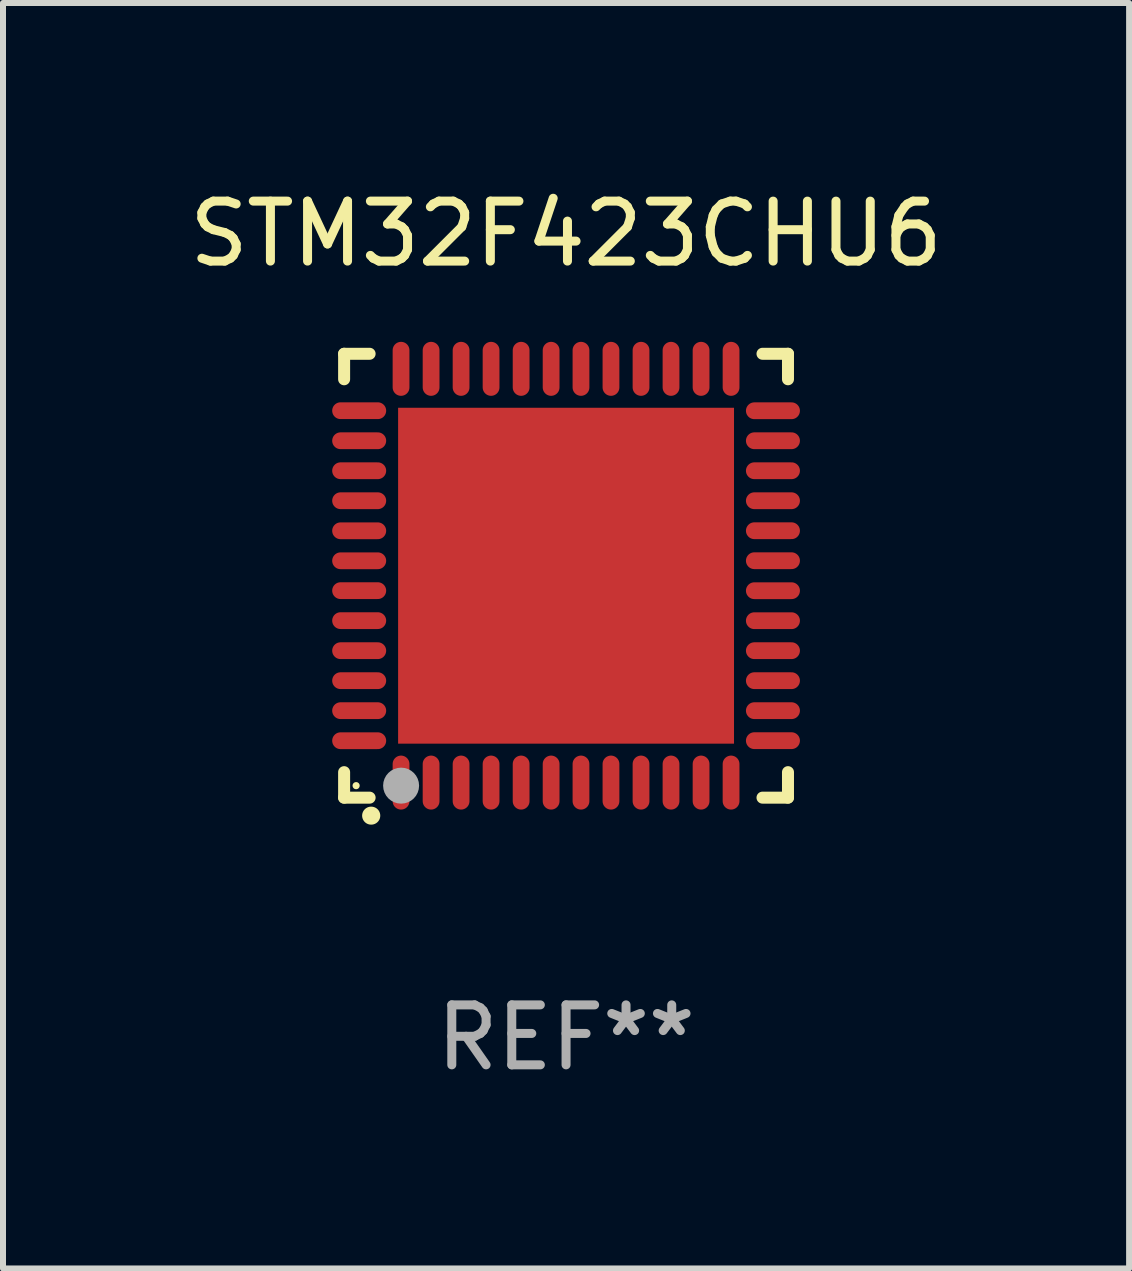
<source format=kicad_pcb>
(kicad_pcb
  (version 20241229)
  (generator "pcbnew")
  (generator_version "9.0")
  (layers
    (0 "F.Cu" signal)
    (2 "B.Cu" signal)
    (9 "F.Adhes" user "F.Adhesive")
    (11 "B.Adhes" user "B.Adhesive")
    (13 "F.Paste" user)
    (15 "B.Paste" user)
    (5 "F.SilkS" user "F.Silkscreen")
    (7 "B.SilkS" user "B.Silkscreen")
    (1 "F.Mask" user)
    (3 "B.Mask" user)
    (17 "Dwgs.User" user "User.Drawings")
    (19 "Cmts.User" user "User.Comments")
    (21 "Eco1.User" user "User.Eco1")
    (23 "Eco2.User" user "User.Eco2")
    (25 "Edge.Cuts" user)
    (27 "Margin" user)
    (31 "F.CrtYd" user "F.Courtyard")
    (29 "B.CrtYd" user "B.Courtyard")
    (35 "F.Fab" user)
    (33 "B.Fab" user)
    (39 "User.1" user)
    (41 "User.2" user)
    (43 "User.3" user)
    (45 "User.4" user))
  (footprint "STM32F423CHU6"
    (layer "F.Cu")
    (at 6.387 6.548)
    (property "Reference" "STM32F423CHU6" (at 0 -5.7 0) (layer "F.SilkS") (effects (font (size 1 1) (thickness 0.15))))
    (attr through_hole)
    (fp_line (start -3.7 -3.7) (end -3.275 -3.7) (stroke (width 0.2) (type solid)) (layer "F.SilkS"))
    (fp_line (start -3.7 -3.275) (end -3.7 -3.7) (stroke (width 0.2) (type solid)) (layer "F.SilkS"))
    (fp_line (start -3.7 3.7) (end -3.7 3.275) (stroke (width 0.2) (type solid)) (layer "F.SilkS"))
    (fp_line (start -3.275 3.7) (end -3.7 3.7) (stroke (width 0.2) (type solid)) (layer "F.SilkS"))
    (fp_line (start 3.7 -3.7) (end 3.275 -3.7) (stroke (width 0.2) (type solid)) (layer "F.SilkS"))
    (fp_line (start 3.7 -3.275) (end 3.7 -3.7) (stroke (width 0.2) (type solid)) (layer "F.SilkS"))
    (fp_line (start 3.7 3.275) (end 3.7 3.7) (stroke (width 0.2) (type solid)) (layer "F.SilkS"))
    (fp_line (start 3.7 3.7) (end 3.275 3.7) (stroke (width 0.2) (type solid)) (layer "F.SilkS"))
    (fp_arc (start -3.249936 3.999975) (mid -3.248666 3.99997) (end -3.247396 3.999975) (stroke (width 0.3) (type solid)) (layer "F.SilkS"))
    (fp_circle (center -3.5 3.5) (end -3.47 3.5) (stroke (width 0.06) (type solid)) (fill no) (layer "F.SilkS"))
    (fp_circle (center -2.75 3.5) (end -2.6 3.5) (stroke (width 0.3) (type solid)) (fill no) (layer "F.Fab"))
    (fp_text user "REF**" (at 0 7.7 0) (layer "F.Fab") (effects (font (size 1 1) (thickness 0.15))))
    (pad "1" smd oval (at -2.751 3.449) (size 0.28 0.9) (layers "F.Cu" "F.Mask" "F.Paste"))
    (pad "2" smd oval (at -2.25 3.449) (size 0.28 0.9) (layers "F.Cu" "F.Mask" "F.Paste"))
    (pad "3" smd oval (at -1.75 3.449) (size 0.28 0.9) (layers "F.Cu" "F.Mask" "F.Paste"))
    (pad "4" smd oval (at -1.25 3.449) (size 0.28 0.9) (layers "F.Cu" "F.Mask" "F.Paste"))
    (pad "5" smd oval (at -0.749 3.449) (size 0.28 0.9) (layers "F.Cu" "F.Mask" "F.Paste"))
    (pad "6" smd oval (at -0.249 3.449) (size 0.28 0.9) (layers "F.Cu" "F.Mask" "F.Paste"))
    (pad "7" smd oval (at 0.249 3.449) (size 0.28 0.9) (layers "F.Cu" "F.Mask" "F.Paste"))
    (pad "8" smd oval (at 0.749 3.449) (size 0.28 0.9) (layers "F.Cu" "F.Mask" "F.Paste"))
    (pad "9" smd oval (at 1.25 3.449) (size 0.28 0.9) (layers "F.Cu" "F.Mask" "F.Paste"))
    (pad "10" smd oval (at 1.75 3.449) (size 0.28 0.9) (layers "F.Cu" "F.Mask" "F.Paste"))
    (pad "11" smd oval (at 2.251 3.449) (size 0.28 0.9) (layers "F.Cu" "F.Mask" "F.Paste"))
    (pad "12" smd oval (at 2.751 3.449) (size 0.28 0.9) (layers "F.Cu" "F.Mask" "F.Paste"))
    (pad "13" smd oval (at 3.449 2.75) (size 0.9 0.28) (layers "F.Cu" "F.Mask" "F.Paste"))
    (pad "14" smd oval (at 3.449 2.25) (size 0.9 0.28) (layers "F.Cu" "F.Mask" "F.Paste"))
    (pad "15" smd oval (at 3.449 1.75) (size 0.9 0.28) (layers "F.Cu" "F.Mask" "F.Paste"))
    (pad "16" smd oval (at 3.449 1.25) (size 0.9 0.28) (layers "F.Cu" "F.Mask" "F.Paste"))
    (pad "17" smd oval (at 3.449 0.75) (size 0.9 0.28) (layers "F.Cu" "F.Mask" "F.Paste"))
    (pad "18" smd oval (at 3.449 0.25) (size 0.9 0.28) (layers "F.Cu" "F.Mask" "F.Paste"))
    (pad "19" smd oval (at 3.449 -0.25) (size 0.9 0.28) (layers "F.Cu" "F.Mask" "F.Paste"))
    (pad "20" smd oval (at 3.449 -0.75) (size 0.9 0.28) (layers "F.Cu" "F.Mask" "F.Paste"))
    (pad "21" smd oval (at 3.449 -1.25) (size 0.9 0.28) (layers "F.Cu" "F.Mask" "F.Paste"))
    (pad "22" smd oval (at 3.449 -1.75) (size 0.9 0.28) (layers "F.Cu" "F.Mask" "F.Paste"))
    (pad "23" smd oval (at 3.449 -2.25) (size 0.9 0.28) (layers "F.Cu" "F.Mask" "F.Paste"))
    (pad "24" smd oval (at 3.449 -2.75) (size 0.9 0.28) (layers "F.Cu" "F.Mask" "F.Paste"))
    (pad "25" smd oval (at 2.751 -3.449) (size 0.28 0.9) (layers "F.Cu" "F.Mask" "F.Paste"))
    (pad "26" smd oval (at 2.251 -3.449) (size 0.28 0.9) (layers "F.Cu" "F.Mask" "F.Paste"))
    (pad "27" smd oval (at 1.75 -3.449) (size 0.28 0.9) (layers "F.Cu" "F.Mask" "F.Paste"))
    (pad "28" smd oval (at 1.25 -3.449) (size 0.28 0.9) (layers "F.Cu" "F.Mask" "F.Paste"))
    (pad "29" smd oval (at 0.749 -3.449) (size 0.28 0.9) (layers "F.Cu" "F.Mask" "F.Paste"))
    (pad "30" smd oval (at 0.249 -3.449) (size 0.28 0.9) (layers "F.Cu" "F.Mask" "F.Paste"))
    (pad "31" smd oval (at -0.249 -3.449) (size 0.28 0.9) (layers "F.Cu" "F.Mask" "F.Paste"))
    (pad "32" smd oval (at -0.749 -3.449) (size 0.28 0.9) (layers "F.Cu" "F.Mask" "F.Paste"))
    (pad "33" smd oval (at -1.25 -3.449) (size 0.28 0.9) (layers "F.Cu" "F.Mask" "F.Paste"))
    (pad "34" smd oval (at -1.75 -3.449) (size 0.28 0.9) (layers "F.Cu" "F.Mask" "F.Paste"))
    (pad "35" smd oval (at -2.25 -3.449) (size 0.28 0.9) (layers "F.Cu" "F.Mask" "F.Paste"))
    (pad "36" smd oval (at -2.751 -3.449) (size 0.28 0.9) (layers "F.Cu" "F.Mask" "F.Paste"))
    (pad "37" smd oval (at -3.449 -2.751) (size 0.9 0.28) (layers "F.Cu" "F.Mask" "F.Paste"))
    (pad "38" smd oval (at -3.449 -2.25) (size 0.9 0.28) (layers "F.Cu" "F.Mask" "F.Paste"))
    (pad "39" smd oval (at -3.449 -1.75) (size 0.9 0.28) (layers "F.Cu" "F.Mask" "F.Paste"))
    (pad "40" smd oval (at -3.449 -1.25) (size 0.9 0.28) (layers "F.Cu" "F.Mask" "F.Paste"))
    (pad "41" smd oval (at -3.449 -0.749) (size 0.9 0.28) (layers "F.Cu" "F.Mask" "F.Paste"))
    (pad "42" smd oval (at -3.449 -0.249) (size 0.9 0.28) (layers "F.Cu" "F.Mask" "F.Paste"))
    (pad "43" smd oval (at -3.449 0.249) (size 0.9 0.28) (layers "F.Cu" "F.Mask" "F.Paste"))
    (pad "44" smd oval (at -3.449 0.749) (size 0.9 0.28) (layers "F.Cu" "F.Mask" "F.Paste"))
    (pad "45" smd oval (at -3.449 1.25) (size 0.9 0.28) (layers "F.Cu" "F.Mask" "F.Paste"))
    (pad "46" smd oval (at -3.449 1.75) (size 0.9 0.28) (layers "F.Cu" "F.Mask" "F.Paste"))
    (pad "47" smd oval (at -3.449 2.25) (size 0.9 0.28) (layers "F.Cu" "F.Mask" "F.Paste"))
    (pad "48" smd oval (at -3.449 2.751) (size 0.9 0.28) (layers "F.Cu" "F.Mask" "F.Paste"))
    (pad "49" smd rect (at 0.000076 -0.000025) (size 5.6 5.6) (layers "F.Cu" "F.Mask" "F.Paste")))
  (gr_rect
    (start -3 -3)
    (end 15.774 18.097)
    (stroke (width 0.1) (type default))
    (fill no)
    (layer "Edge.Cuts")))
</source>
